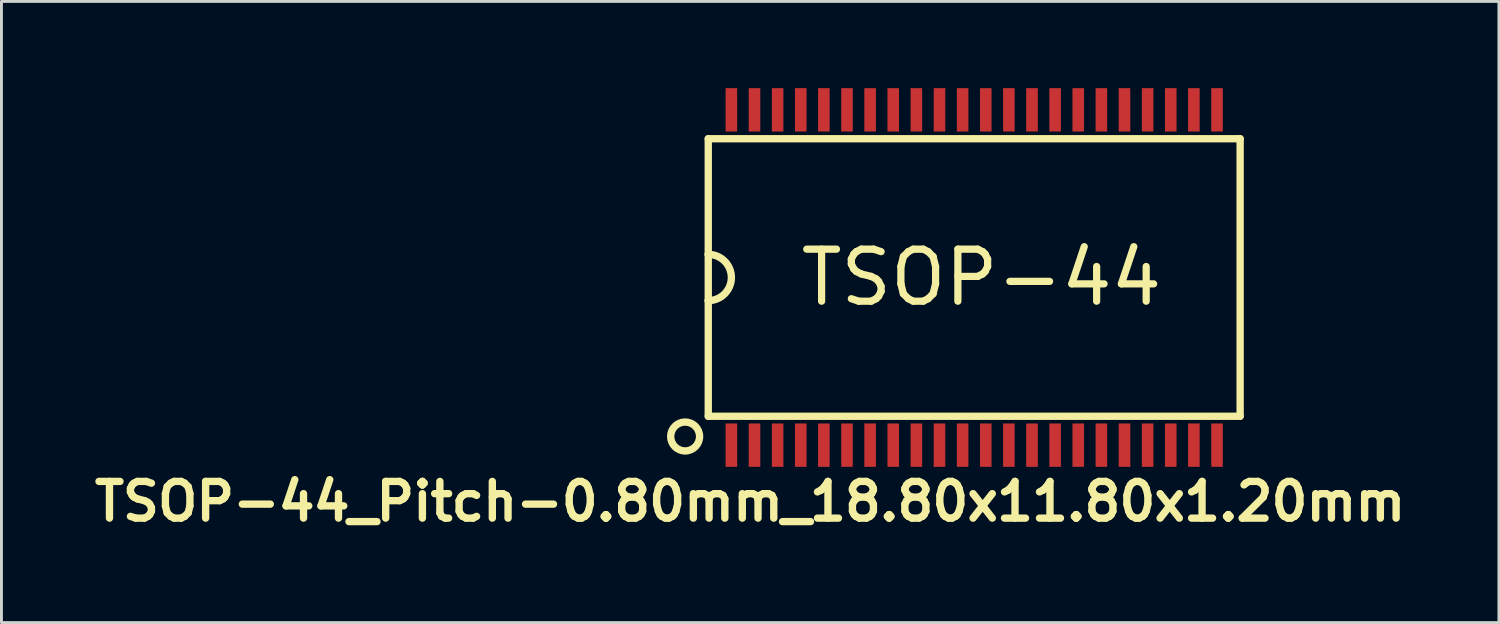
<source format=kicad_pcb>
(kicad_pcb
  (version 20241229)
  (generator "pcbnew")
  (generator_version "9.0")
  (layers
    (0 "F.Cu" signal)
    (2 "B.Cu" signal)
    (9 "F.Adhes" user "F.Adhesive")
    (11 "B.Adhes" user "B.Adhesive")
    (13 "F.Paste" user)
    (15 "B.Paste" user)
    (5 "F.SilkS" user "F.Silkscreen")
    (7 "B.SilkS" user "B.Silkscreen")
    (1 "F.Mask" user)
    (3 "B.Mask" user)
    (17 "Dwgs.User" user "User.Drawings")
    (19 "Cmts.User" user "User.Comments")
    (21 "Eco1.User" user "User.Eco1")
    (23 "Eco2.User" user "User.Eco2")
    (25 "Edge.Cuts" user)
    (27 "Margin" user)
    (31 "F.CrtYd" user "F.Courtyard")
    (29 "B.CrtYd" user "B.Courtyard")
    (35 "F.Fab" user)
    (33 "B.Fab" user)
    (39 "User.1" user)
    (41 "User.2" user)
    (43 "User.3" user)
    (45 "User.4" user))
  (footprint "TSOP-44_Pitch-0.80mm_18.80x11.80x1.20mm"
    (layer "F.Cu")
    (at 30.652 6.55)
    (property "Reference" "TSOP-44_Pitch-0.80mm_18.80x11.80x1.20mm" (at -7.75 7.75 180) (layer "F.SilkS") (effects (font (size 1.27 1.27) (thickness 0.254))))
    (attr smd)
    (fp_line (start -9.2 -4.8) (end 9.2 -4.8) (stroke (width 0.254) (type solid)) (layer "F.SilkS"))
    (fp_line (start -9.2 -0.8) (end -9.2 -4.8) (stroke (width 0.254) (type solid)) (layer "F.SilkS"))
    (fp_line (start -9.2 0.8) (end -9.2 -0.8) (stroke (width 0.254) (type solid)) (layer "F.SilkS"))
    (fp_line (start -9.2 4.8) (end -9.2 0.8) (stroke (width 0.254) (type solid)) (layer "F.SilkS"))
    (fp_line (start 9.2 -4.8) (end 9.2 4.8) (stroke (width 0.254) (type solid)) (layer "F.SilkS"))
    (fp_line (start 9.2 4.8) (end -9.2 4.8) (stroke (width 0.254) (type solid)) (layer "F.SilkS"))
    (fp_arc (start -9.2 -0.8) (mid -8.4 0) (end -9.2 0.8) (stroke (width 0.254) (type solid)) (layer "F.SilkS"))
    (fp_circle (center -10 5.5) (end -10 6) (stroke (width 0.254) (type solid)) (fill no) (layer "F.SilkS"))
    (fp_text user "TSOP-44" (at 0.25 0 0) (layer "F.SilkS") (effects (font (size 1.8 1.8) (thickness 0.25))))
    (pad "1" smd rect (at -8.4 5.8) (size 0.4 1.5) (layers "F.Cu" "F.Mask" "F.Paste"))
    (pad "2" smd rect (at -7.6 5.8) (size 0.4 1.5) (layers "F.Cu" "F.Mask" "F.Paste"))
    (pad "3" smd rect (at -6.8 5.8) (size 0.4 1.5) (layers "F.Cu" "F.Mask" "F.Paste"))
    (pad "4" smd rect (at -6 5.8) (size 0.4 1.5) (layers "F.Cu" "F.Mask" "F.Paste"))
    (pad "5" smd rect (at -5.2 5.8) (size 0.4 1.5) (layers "F.Cu" "F.Mask" "F.Paste"))
    (pad "6" smd rect (at -4.4 5.8) (size 0.4 1.5) (layers "F.Cu" "F.Mask" "F.Paste"))
    (pad "7" smd rect (at -3.6 5.8) (size 0.4 1.5) (layers "F.Cu" "F.Mask" "F.Paste"))
    (pad "8" smd rect (at -2.8 5.8) (size 0.4 1.5) (layers "F.Cu" "F.Mask" "F.Paste"))
    (pad "9" smd rect (at -2 5.8) (size 0.4 1.5) (layers "F.Cu" "F.Mask" "F.Paste"))
    (pad "10" smd rect (at -1.2 5.8) (size 0.4 1.5) (layers "F.Cu" "F.Mask" "F.Paste"))
    (pad "11" smd rect (at -0.4 5.8) (size 0.4 1.5) (layers "F.Cu" "F.Mask" "F.Paste"))
    (pad "12" smd rect (at 0.4 5.8) (size 0.4 1.5) (layers "F.Cu" "F.Mask" "F.Paste"))
    (pad "13" smd rect (at 1.2 5.8) (size 0.4 1.5) (layers "F.Cu" "F.Mask" "F.Paste"))
    (pad "14" smd rect (at 2 5.8) (size 0.4 1.5) (layers "F.Cu" "F.Mask" "F.Paste"))
    (pad "15" smd rect (at 2.8 5.8) (size 0.4 1.5) (layers "F.Cu" "F.Mask" "F.Paste"))
    (pad "16" smd rect (at 3.6 5.8) (size 0.4 1.5) (layers "F.Cu" "F.Mask" "F.Paste"))
    (pad "17" smd rect (at 4.4 5.8) (size 0.4 1.5) (layers "F.Cu" "F.Mask" "F.Paste"))
    (pad "18" smd rect (at 5.2 5.8) (size 0.4 1.5) (layers "F.Cu" "F.Mask" "F.Paste"))
    (pad "19" smd rect (at 6 5.8) (size 0.4 1.5) (layers "F.Cu" "F.Mask" "F.Paste"))
    (pad "20" smd rect (at 6.8 5.8) (size 0.4 1.5) (layers "F.Cu" "F.Mask" "F.Paste"))
    (pad "21" smd rect (at 7.6 5.8) (size 0.4 1.5) (layers "F.Cu" "F.Mask" "F.Paste"))
    (pad "22" smd rect (at 8.4 5.8) (size 0.4 1.5) (layers "F.Cu" "F.Mask" "F.Paste"))
    (pad "23" smd rect (at 8.4 -5.8) (size 0.4 1.5) (layers "F.Cu" "F.Mask" "F.Paste"))
    (pad "24" smd rect (at 7.6 -5.8) (size 0.4 1.5) (layers "F.Cu" "F.Mask" "F.Paste"))
    (pad "25" smd rect (at 6.8 -5.8) (size 0.4 1.5) (layers "F.Cu" "F.Mask" "F.Paste"))
    (pad "26" smd rect (at 6 -5.8) (size 0.4 1.5) (layers "F.Cu" "F.Mask" "F.Paste"))
    (pad "27" smd rect (at 5.2 -5.8) (size 0.4 1.5) (layers "F.Cu" "F.Mask" "F.Paste"))
    (pad "28" smd rect (at 4.4 -5.8) (size 0.4 1.5) (layers "F.Cu" "F.Mask" "F.Paste"))
    (pad "29" smd rect (at 3.6 -5.8) (size 0.4 1.5) (layers "F.Cu" "F.Mask" "F.Paste"))
    (pad "30" smd rect (at 2.8 -5.8) (size 0.4 1.5) (layers "F.Cu" "F.Mask" "F.Paste"))
    (pad "31" smd rect (at 2 -5.8) (size 0.4 1.5) (layers "F.Cu" "F.Mask" "F.Paste"))
    (pad "32" smd rect (at 1.2 -5.8) (size 0.4 1.5) (layers "F.Cu" "F.Mask" "F.Paste"))
    (pad "33" smd rect (at 0.4 -5.8) (size 0.4 1.5) (layers "F.Cu" "F.Mask" "F.Paste"))
    (pad "34" smd rect (at -0.4 -5.8) (size 0.4 1.5) (layers "F.Cu" "F.Mask" "F.Paste"))
    (pad "35" smd rect (at -1.2 -5.8) (size 0.4 1.5) (layers "F.Cu" "F.Mask" "F.Paste"))
    (pad "36" smd rect (at -2 -5.8) (size 0.4 1.5) (layers "F.Cu" "F.Mask" "F.Paste"))
    (pad "37" smd rect (at -2.8 -5.8) (size 0.4 1.5) (layers "F.Cu" "F.Mask" "F.Paste"))
    (pad "38" smd rect (at -3.6 -5.8) (size 0.4 1.5) (layers "F.Cu" "F.Mask" "F.Paste"))
    (pad "39" smd rect (at -4.4 -5.8) (size 0.4 1.5) (layers "F.Cu" "F.Mask" "F.Paste"))
    (pad "40" smd rect (at -5.2 -5.8) (size 0.4 1.5) (layers "F.Cu" "F.Mask" "F.Paste"))
    (pad "41" smd rect (at -6 -5.8) (size 0.4 1.5) (layers "F.Cu" "F.Mask" "F.Paste"))
    (pad "42" smd rect (at -6.8 -5.8) (size 0.4 1.5) (layers "F.Cu" "F.Mask" "F.Paste"))
    (pad "43" smd rect (at -7.6 -5.8) (size 0.4 1.5) (layers "F.Cu" "F.Mask" "F.Paste"))
    (pad "44" smd rect (at -8.4 -5.8) (size 0.4 1.5) (layers "F.Cu" "F.Mask" "F.Paste")))
  (gr_rect
    (start -3 -3)
    (end 48.805 18.489)
    (stroke (width 0.1) (type default))
    (fill no)
    (layer "Edge.Cuts")))
</source>
